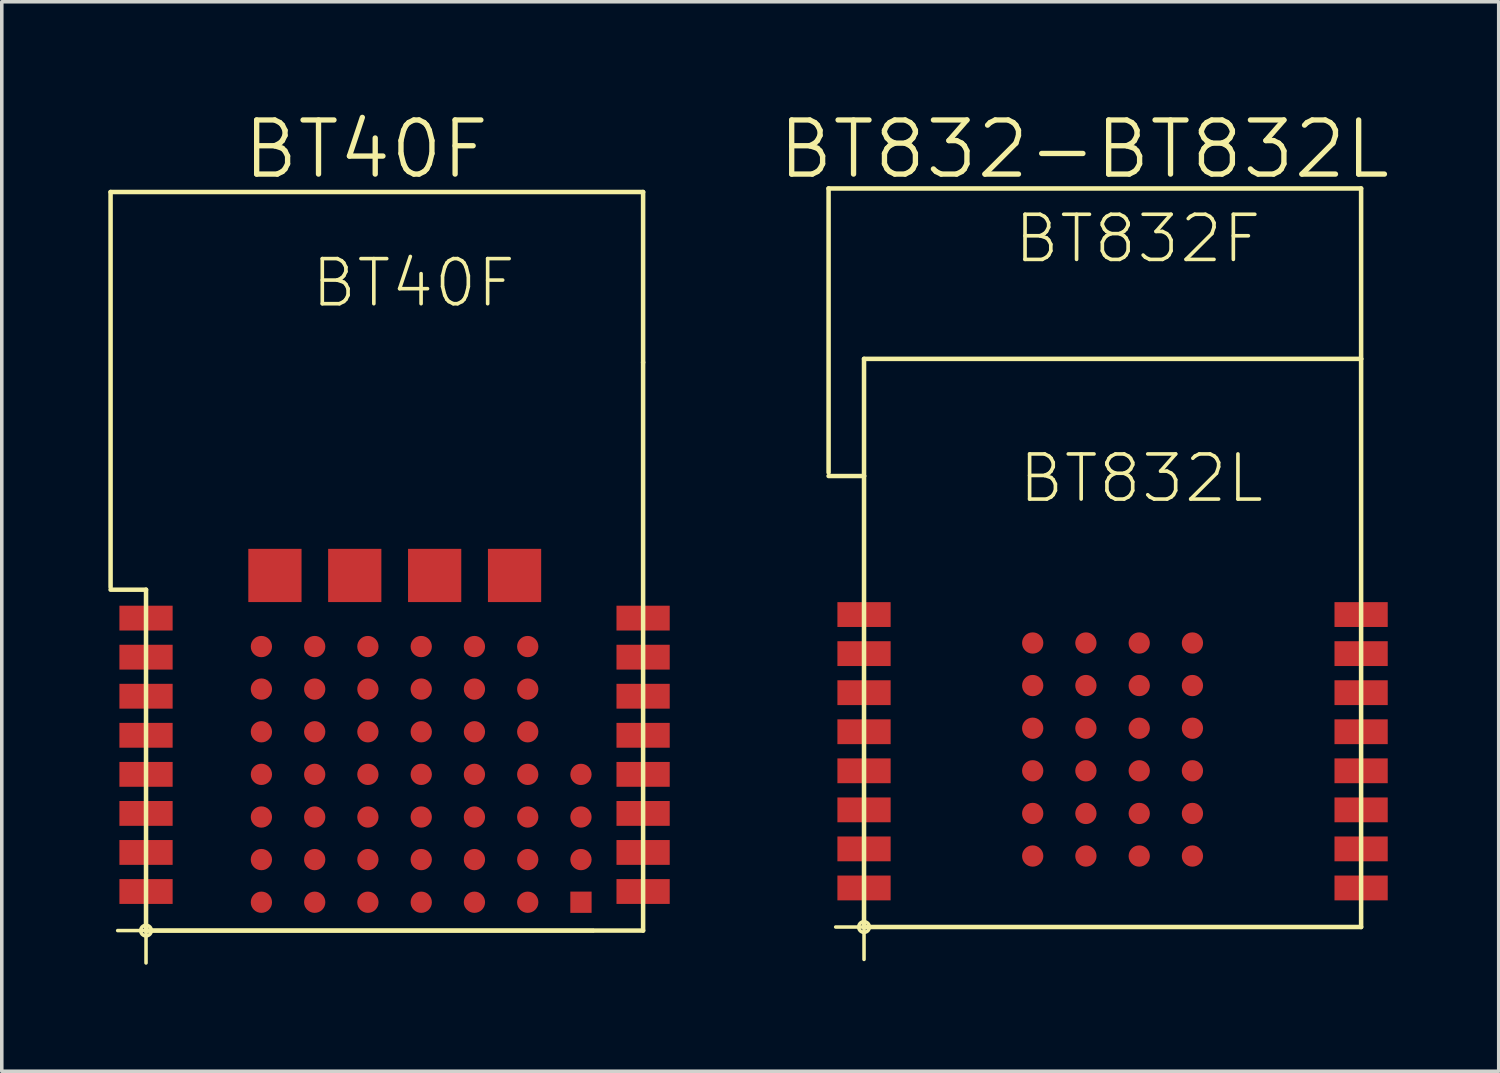
<source format=kicad_pcb>
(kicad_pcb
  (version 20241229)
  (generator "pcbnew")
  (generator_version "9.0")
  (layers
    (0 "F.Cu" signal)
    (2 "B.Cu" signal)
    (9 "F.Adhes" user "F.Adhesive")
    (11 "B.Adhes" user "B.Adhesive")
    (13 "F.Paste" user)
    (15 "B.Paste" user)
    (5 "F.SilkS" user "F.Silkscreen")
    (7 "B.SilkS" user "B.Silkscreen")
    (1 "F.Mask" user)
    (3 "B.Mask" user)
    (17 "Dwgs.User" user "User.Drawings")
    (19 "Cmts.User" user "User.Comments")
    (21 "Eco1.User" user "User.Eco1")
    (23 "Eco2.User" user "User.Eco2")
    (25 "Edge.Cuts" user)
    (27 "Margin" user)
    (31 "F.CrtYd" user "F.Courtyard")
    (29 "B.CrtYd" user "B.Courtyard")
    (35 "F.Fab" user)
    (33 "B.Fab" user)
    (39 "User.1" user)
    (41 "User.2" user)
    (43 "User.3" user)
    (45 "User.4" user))
  (footprint "BT832-BT832L"
    (layer "F.Cu")
    (at 21.281 23.055)
    (property "Reference" "BT832-BT832L" (at 6.2 -21.9 0) (layer "F.SilkS") (effects (font (size 1.524 1.524) (thickness 0.15))))
    (attr smd)
    (fp_line (start -0.998 -20.798) (end 13.998 -20.798) (stroke (width 0.127) (type solid)) (layer "F.SilkS"))
    (fp_line (start -0.998 -12.799) (end -0.998 -20.798) (stroke (width 0.127) (type solid)) (layer "F.SilkS"))
    (fp_line (start -0.798 0) (end 0 0) (stroke (width 0.1) (type solid)) (layer "F.SilkS"))
    (fp_line (start -0.005 -9.642) (end -0.005 -15.997) (stroke (width 0.1) (type solid)) (layer "F.SilkS"))
    (fp_line (start -0.005 -0.003) (end -0.005 -0.521) (stroke (width 0.1) (type solid)) (layer "F.SilkS"))
    (fp_line (start 0 -15.999) (end 13.998 -15.999) (stroke (width 0.127) (type solid)) (layer "F.SilkS"))
    (fp_line (start 0 -12.7) (end -0.998 -12.7) (stroke (width 0.127) (type solid)) (layer "F.SilkS"))
    (fp_line (start 0 -12.7) (end 0 -15.999) (stroke (width 0.127) (type solid)) (layer "F.SilkS"))
    (fp_line (start 0 -0.254) (end 0 -0.15) (stroke (width 0.1) (type solid)) (layer "F.SilkS"))
    (fp_line (start 0 -0.15) (end 0 0) (stroke (width 0.1) (type solid)) (layer "F.SilkS"))
    (fp_line (start 0 0) (end 0 -12.7) (stroke (width 0.127) (type solid)) (layer "F.SilkS"))
    (fp_line (start 0 0) (end 0 0) (stroke (width 0.1) (type solid)) (layer "F.SilkS"))
    (fp_line (start 0 0) (end 12.598 0) (stroke (width 0.1) (type solid)) (layer "F.SilkS"))
    (fp_line (start 0 0.15) (end 0 0) (stroke (width 0.1) (type solid)) (layer "F.SilkS"))
    (fp_line (start 0 0.912) (end 0 0.15) (stroke (width 0.1) (type solid)) (layer "F.SilkS"))
    (fp_line (start 12.598 0) (end 0 0) (stroke (width 0.1) (type solid)) (layer "F.SilkS"))
    (fp_line (start 12.598 0) (end 12.598 0) (stroke (width 0.1) (type solid)) (layer "F.SilkS"))
    (fp_line (start 13.995 -15.997) (end 13.995 -9.723) (stroke (width 0.1) (type solid)) (layer "F.SilkS"))
    (fp_line (start 13.995 0) (end -0.003 0) (stroke (width 0.1) (type solid)) (layer "F.SilkS"))
    (fp_line (start 13.998 -20.798) (end 13.998 -15.999) (stroke (width 0.127) (type solid)) (layer "F.SilkS"))
    (fp_line (start 13.998 -15.999) (end 13.998 0) (stroke (width 0.127) (type solid)) (layer "F.SilkS"))
    (fp_line (start 13.998 0) (end 0 0) (stroke (width 0.127) (type solid)) (layer "F.SilkS"))
    (fp_line (start 14 -15.999) (end 13.998 -15.999) (stroke (width 0.1) (type solid)) (layer "F.SilkS"))
    (fp_line (start 14 -0.589) (end 14 -0.008) (stroke (width 0.1) (type solid)) (layer "F.SilkS"))
    (fp_arc (start 0 -0.14986) (mid 0.14986 0) (end 0 0.14986) (stroke (width 0.1) (type solid)) (layer "F.SilkS"))
    (fp_arc (start 0 0.14986) (mid -0.14986 0) (end 0 -0.14986) (stroke (width 0.1) (type solid)) (layer "F.SilkS"))
    (fp_text user "BT832F" (at 7.709 -19.383 0) (layer "F.SilkS") (effects (font (size 1.27 1.27) (thickness 0.102))))
    (fp_text user "BT832L" (at 7.808 -12.634 0) (layer "F.SilkS") (effects (font (size 1.27 1.27) (thickness 0.102))))
    (pad "P$1" smd rect (at 0 -8.799 180) (size 1.499 0.699) (layers "F.Cu" "F.Mask" "F.Paste"))
    (pad "P$2" smd rect (at 0 -7.699) (size 1.499 0.699) (layers "F.Cu" "F.Mask" "F.Paste"))
    (pad "P$3" smd rect (at 0 -6.599) (size 1.499 0.699) (layers "F.Cu" "F.Mask" "F.Paste"))
    (pad "P$4" smd rect (at 0 -5.499) (size 1.499 0.699) (layers "F.Cu" "F.Mask" "F.Paste"))
    (pad "P$5" smd rect (at 0 -4.399) (size 1.499 0.699) (layers "F.Cu" "F.Mask" "F.Paste"))
    (pad "P$6" smd rect (at 0 -3.299) (size 1.499 0.699) (layers "F.Cu" "F.Mask" "F.Paste"))
    (pad "P$7" smd rect (at 0 -2.2) (size 1.499 0.699) (layers "F.Cu" "F.Mask" "F.Paste"))
    (pad "P$8" smd rect (at 0 -1.1) (size 1.499 0.699) (layers "F.Cu" "F.Mask" "F.Paste"))
    (pad "P$9" smd rect (at 13.998 -1.1) (size 1.499 0.699) (layers "F.Cu" "F.Mask" "F.Paste"))
    (pad "P$10" smd rect (at 13.998 -2.2) (size 1.499 0.699) (layers "F.Cu" "F.Mask" "F.Paste"))
    (pad "P$11" smd rect (at 13.998 -3.299) (size 1.499 0.699) (layers "F.Cu" "F.Mask" "F.Paste"))
    (pad "P$12" smd rect (at 13.998 -4.399) (size 1.499 0.699) (layers "F.Cu" "F.Mask" "F.Paste"))
    (pad "P$13" smd rect (at 13.998 -5.499) (size 1.499 0.699) (layers "F.Cu" "F.Mask" "F.Paste"))
    (pad "P$14" smd rect (at 13.998 -6.599) (size 1.499 0.699) (layers "F.Cu" "F.Mask" "F.Paste"))
    (pad "P$15" smd rect (at 13.998 -7.699) (size 1.499 0.699) (layers "F.Cu" "F.Mask" "F.Paste"))
    (pad "P$16" smd rect (at 13.998 -8.799) (size 1.499 0.699) (layers "F.Cu" "F.Mask" "F.Paste"))
    (pad "P$A0" smd circle (at 4.75 -7.998 180) (size 0.599 0.599) (layers "F.Cu" "F.Mask" "F.Paste"))
    (pad "P$A1" smd circle (at 4.75 -6.8 180) (size 0.599 0.599) (layers "F.Cu" "F.Mask" "F.Paste"))
    (pad "P$A2" smd circle (at 4.75 -5.598 180) (size 0.599 0.599) (layers "F.Cu" "F.Mask" "F.Paste"))
    (pad "P$A3" smd circle (at 4.75 -4.399 180) (size 0.599 0.599) (layers "F.Cu" "F.Mask" "F.Paste"))
    (pad "P$A4" smd circle (at 4.75 -3.198 180) (size 0.599 0.599) (layers "F.Cu" "F.Mask" "F.Paste"))
    (pad "P$A5" smd circle (at 4.75 -1.999) (size 0.599 0.599) (layers "F.Cu" "F.Mask" "F.Paste"))
    (pad "P$B0" smd circle (at 6.248 -7.998 180) (size 0.599 0.599) (layers "F.Cu" "F.Mask" "F.Paste"))
    (pad "P$B1" smd circle (at 6.248 -6.8 180) (size 0.599 0.599) (layers "F.Cu" "F.Mask" "F.Paste"))
    (pad "P$B2" smd circle (at 6.248 -5.598 180) (size 0.599 0.599) (layers "F.Cu" "F.Mask" "F.Paste"))
    (pad "P$B3" smd circle (at 6.248 -4.399 180) (size 0.599 0.599) (layers "F.Cu" "F.Mask" "F.Paste"))
    (pad "P$B4" smd circle (at 6.248 -3.198 180) (size 0.599 0.599) (layers "F.Cu" "F.Mask" "F.Paste"))
    (pad "P$B5" smd circle (at 6.248 -1.999 180) (size 0.599 0.599) (layers "F.Cu" "F.Mask" "F.Paste"))
    (pad "P$C0" smd circle (at 7.75 -7.998 180) (size 0.599 0.599) (layers "F.Cu" "F.Mask" "F.Paste"))
    (pad "P$C1" smd circle (at 7.75 -6.8 180) (size 0.599 0.599) (layers "F.Cu" "F.Mask" "F.Paste"))
    (pad "P$C2" smd circle (at 7.75 -5.598 180) (size 0.599 0.599) (layers "F.Cu" "F.Mask" "F.Paste"))
    (pad "P$C3" smd circle (at 7.75 -4.399 180) (size 0.599 0.599) (layers "F.Cu" "F.Mask" "F.Paste"))
    (pad "P$C4" smd circle (at 7.75 -3.198 180) (size 0.599 0.599) (layers "F.Cu" "F.Mask" "F.Paste"))
    (pad "P$C5" smd circle (at 7.75 -1.999 180) (size 0.599 0.599) (layers "F.Cu" "F.Mask" "F.Paste"))
    (pad "P$D0" smd circle (at 9.248 -7.998 180) (size 0.599 0.599) (layers "F.Cu" "F.Mask" "F.Paste"))
    (pad "P$D1" smd circle (at 9.248 -6.8 180) (size 0.599 0.599) (layers "F.Cu" "F.Mask" "F.Paste"))
    (pad "P$D2" smd circle (at 9.248 -5.598 180) (size 0.599 0.599) (layers "F.Cu" "F.Mask" "F.Paste"))
    (pad "P$D3" smd circle (at 9.248 -4.399 180) (size 0.599 0.599) (layers "F.Cu" "F.Mask" "F.Paste"))
    (pad "P$D4" smd circle (at 9.248 -3.198 180) (size 0.599 0.599) (layers "F.Cu" "F.Mask" "F.Paste"))
    (pad "P$D5" smd circle (at 9.248 -1.999 180) (size 0.599 0.599) (layers "F.Cu" "F.Mask" "F.Paste")))
  (footprint "BT40F"
    (layer "F.Cu")
    (at 1.062 23.155)
    (property "Reference" "BT40F" (at 6.2 -22 0) (layer "F.SilkS") (effects (font (size 1.524 1.524) (thickness 0.15))))
    (attr smd)
    (fp_line (start -0.998 -20.798) (end 13.998 -20.798) (stroke (width 0.127) (type solid)) (layer "F.SilkS"))
    (fp_line (start -0.998 -9.67) (end -0.998 -20.798) (stroke (width 0.127) (type solid)) (layer "F.SilkS"))
    (fp_line (start -0.798 0) (end 0 0) (stroke (width 0.1) (type solid)) (layer "F.SilkS"))
    (fp_line (start -0.005 -0.003) (end -0.005 -0.521) (stroke (width 0.1) (type solid)) (layer "F.SilkS"))
    (fp_line (start 0 -9.599) (end -0.998 -9.599) (stroke (width 0.127) (type solid)) (layer "F.SilkS"))
    (fp_line (start 0 -0.254) (end 0 -0.15) (stroke (width 0.1) (type solid)) (layer "F.SilkS"))
    (fp_line (start 0 -0.15) (end 0 0) (stroke (width 0.1) (type solid)) (layer "F.SilkS"))
    (fp_line (start 0 0) (end 0 -9.599) (stroke (width 0.127) (type solid)) (layer "F.SilkS"))
    (fp_line (start 0 0) (end 0 0) (stroke (width 0.1) (type solid)) (layer "F.SilkS"))
    (fp_line (start 0 0) (end 12.598 0) (stroke (width 0.1) (type solid)) (layer "F.SilkS"))
    (fp_line (start 0 0.15) (end 0 0) (stroke (width 0.1) (type solid)) (layer "F.SilkS"))
    (fp_line (start 0 0.912) (end 0 0.15) (stroke (width 0.1) (type solid)) (layer "F.SilkS"))
    (fp_line (start 12.598 0) (end 0 0) (stroke (width 0.1) (type solid)) (layer "F.SilkS"))
    (fp_line (start 12.598 0) (end 12.598 0) (stroke (width 0.1) (type solid)) (layer "F.SilkS"))
    (fp_line (start 13.995 -15.997) (end 13.995 -9.723) (stroke (width 0.1) (type solid)) (layer "F.SilkS"))
    (fp_line (start 13.998 -20.798) (end 13.998 -15.999) (stroke (width 0.127) (type solid)) (layer "F.SilkS"))
    (fp_line (start 13.998 -15.999) (end 13.998 0) (stroke (width 0.127) (type solid)) (layer "F.SilkS"))
    (fp_line (start 13.998 0) (end 0 0) (stroke (width 0.127) (type solid)) (layer "F.SilkS"))
    (fp_line (start 14 -15.999) (end 13.998 -15.999) (stroke (width 0.1) (type solid)) (layer "F.SilkS"))
    (fp_line (start 14 -0.589) (end 14 -0.008) (stroke (width 0.1) (type solid)) (layer "F.SilkS"))
    (fp_arc (start 0 -0.14986) (mid 0.14986 0) (end 0 0.14986) (stroke (width 0.1) (type solid)) (layer "F.SilkS"))
    (fp_arc (start 0 0.14986) (mid -0.14986 0) (end 0 -0.14986) (stroke (width 0.1) (type solid)) (layer "F.SilkS"))
    (fp_text user "BT40F" (at 7.534 -18.235 0) (layer "F.SilkS") (effects (font (size 1.27 1.27) (thickness 0.102))))
    (pad "P$1" smd rect (at 0 -8.799 180) (size 1.499 0.699) (layers "F.Cu" "F.Mask" "F.Paste"))
    (pad "P$2" smd rect (at 0 -7.699) (size 1.499 0.699) (layers "F.Cu" "F.Mask" "F.Paste"))
    (pad "P$3" smd rect (at 0 -6.599) (size 1.499 0.699) (layers "F.Cu" "F.Mask" "F.Paste"))
    (pad "P$4" smd rect (at 0 -5.499) (size 1.499 0.699) (layers "F.Cu" "F.Mask" "F.Paste"))
    (pad "P$5" smd rect (at 0 -4.399) (size 1.499 0.699) (layers "F.Cu" "F.Mask" "F.Paste"))
    (pad "P$6" smd rect (at 0 -3.299) (size 1.499 0.699) (layers "F.Cu" "F.Mask" "F.Paste"))
    (pad "P$7" smd rect (at 0 -2.2) (size 1.499 0.699) (layers "F.Cu" "F.Mask" "F.Paste"))
    (pad "P$8" smd rect (at 0 -1.1) (size 1.499 0.699) (layers "F.Cu" "F.Mask" "F.Paste"))
    (pad "P$9" smd rect (at 13.998 -1.1) (size 1.499 0.699) (layers "F.Cu" "F.Mask" "F.Paste"))
    (pad "P$10" smd rect (at 13.998 -2.2) (size 1.499 0.699) (layers "F.Cu" "F.Mask" "F.Paste"))
    (pad "P$11" smd rect (at 13.998 -3.299) (size 1.499 0.699) (layers "F.Cu" "F.Mask" "F.Paste"))
    (pad "P$12" smd rect (at 13.998 -4.399) (size 1.499 0.699) (layers "F.Cu" "F.Mask" "F.Paste"))
    (pad "P$13" smd rect (at 13.998 -5.499) (size 1.499 0.699) (layers "F.Cu" "F.Mask" "F.Paste"))
    (pad "P$14" smd rect (at 13.998 -6.599) (size 1.499 0.699) (layers "F.Cu" "F.Mask" "F.Paste"))
    (pad "P$15" smd rect (at 13.998 -7.699) (size 1.499 0.699) (layers "F.Cu" "F.Mask" "F.Paste"))
    (pad "P$16" smd rect (at 13.998 -8.799) (size 1.499 0.699) (layers "F.Cu" "F.Mask" "F.Paste"))
    (pad "P$A0" smd circle (at 4.75 -7.998 180) (size 0.599 0.599) (layers "F.Cu" "F.Mask" "F.Paste"))
    (pad "P$A1" smd circle (at 4.75 -6.8 180) (size 0.599 0.599) (layers "F.Cu" "F.Mask" "F.Paste"))
    (pad "P$A2" smd circle (at 4.75 -5.598 180) (size 0.599 0.599) (layers "F.Cu" "F.Mask" "F.Paste"))
    (pad "P$A3" smd circle (at 4.75 -4.399 180) (size 0.599 0.599) (layers "F.Cu" "F.Mask" "F.Paste"))
    (pad "P$A4" smd circle (at 4.75 -3.198 180) (size 0.599 0.599) (layers "F.Cu" "F.Mask" "F.Paste"))
    (pad "P$A5" smd circle (at 4.75 -1.999) (size 0.599 0.599) (layers "F.Cu" "F.Mask" "F.Paste"))
    (pad "P$A6" smd circle (at 4.75 -0.798) (size 0.599 0.599) (layers "F.Cu" "F.Mask" "F.Paste"))
    (pad "P$B0" smd circle (at 6.248 -7.998 180) (size 0.599 0.599) (layers "F.Cu" "F.Mask" "F.Paste"))
    (pad "P$B1" smd circle (at 6.248 -6.8 180) (size 0.599 0.599) (layers "F.Cu" "F.Mask" "F.Paste"))
    (pad "P$B2" smd circle (at 6.248 -5.598 180) (size 0.599 0.599) (layers "F.Cu" "F.Mask" "F.Paste"))
    (pad "P$B3" smd circle (at 6.248 -4.399 180) (size 0.599 0.599) (layers "F.Cu" "F.Mask" "F.Paste"))
    (pad "P$B4" smd circle (at 6.248 -3.198 180) (size 0.599 0.599) (layers "F.Cu" "F.Mask" "F.Paste"))
    (pad "P$B5" smd circle (at 6.248 -1.999 180) (size 0.599 0.599) (layers "F.Cu" "F.Mask" "F.Paste"))
    (pad "P$B6" smd circle (at 6.248 -0.798 180) (size 0.599 0.599) (layers "F.Cu" "F.Mask" "F.Paste"))
    (pad "P$C0" smd circle (at 7.75 -7.998 180) (size 0.599 0.599) (layers "F.Cu" "F.Mask" "F.Paste"))
    (pad "P$C1" smd circle (at 7.75 -6.8 180) (size 0.599 0.599) (layers "F.Cu" "F.Mask" "F.Paste"))
    (pad "P$C2" smd circle (at 7.75 -5.598 180) (size 0.599 0.599) (layers "F.Cu" "F.Mask" "F.Paste"))
    (pad "P$C3" smd circle (at 7.75 -4.399 180) (size 0.599 0.599) (layers "F.Cu" "F.Mask" "F.Paste"))
    (pad "P$C4" smd circle (at 7.75 -3.198 180) (size 0.599 0.599) (layers "F.Cu" "F.Mask" "F.Paste"))
    (pad "P$C5" smd circle (at 7.75 -1.999 180) (size 0.599 0.599) (layers "F.Cu" "F.Mask" "F.Paste"))
    (pad "P$C6" smd circle (at 7.75 -0.798 180) (size 0.599 0.599) (layers "F.Cu" "F.Mask" "F.Paste"))
    (pad "P$D0" smd circle (at 9.248 -7.998 180) (size 0.599 0.599) (layers "F.Cu" "F.Mask" "F.Paste"))
    (pad "P$D1" smd circle (at 9.248 -6.8 180) (size 0.599 0.599) (layers "F.Cu" "F.Mask" "F.Paste"))
    (pad "P$D2" smd circle (at 9.248 -5.598 180) (size 0.599 0.599) (layers "F.Cu" "F.Mask" "F.Paste"))
    (pad "P$D3" smd circle (at 9.248 -4.399 180) (size 0.599 0.599) (layers "F.Cu" "F.Mask" "F.Paste"))
    (pad "P$D4" smd circle (at 9.248 -3.198 180) (size 0.599 0.599) (layers "F.Cu" "F.Mask" "F.Paste"))
    (pad "P$D5" smd circle (at 9.248 -1.999 180) (size 0.599 0.599) (layers "F.Cu" "F.Mask" "F.Paste"))
    (pad "P$D6" smd circle (at 9.248 -0.798 180) (size 0.599 0.599) (layers "F.Cu" "F.Mask" "F.Paste"))
    (pad "P$E0" smd circle (at 10.749 -7.998 180) (size 0.599 0.599) (layers "F.Cu" "F.Mask" "F.Paste"))
    (pad "P$E1" smd circle (at 10.749 -6.8 180) (size 0.599 0.599) (layers "F.Cu" "F.Mask" "F.Paste"))
    (pad "P$E2" smd circle (at 10.749 -5.598 180) (size 0.599 0.599) (layers "F.Cu" "F.Mask" "F.Paste"))
    (pad "P$E3" smd circle (at 10.749 -4.399 180) (size 0.599 0.599) (layers "F.Cu" "F.Mask" "F.Paste"))
    (pad "P$E4" smd circle (at 10.749 -3.198 180) (size 0.599 0.599) (layers "F.Cu" "F.Mask" "F.Paste"))
    (pad "P$E5" smd circle (at 10.749 -1.999) (size 0.599 0.599) (layers "F.Cu" "F.Mask" "F.Paste"))
    (pad "P$E6" smd circle (at 10.749 -0.798) (size 0.599 0.599) (layers "F.Cu" "F.Mask" "F.Paste"))
    (pad "P$F3" smd circle (at 12.248 -4.398 180) (size 0.599 0.599) (layers "F.Cu" "F.Mask" "F.Paste"))
    (pad "P$F4" smd circle (at 12.248 -3.198 180) (size 0.599 0.599) (layers "F.Cu" "F.Mask" "F.Paste"))
    (pad "P$F5" smd circle (at 12.248 -1.999) (size 0.599 0.599) (layers "F.Cu" "F.Mask" "F.Paste"))
    (pad "P$F6" smd rect (at 12.248 -0.798) (size 0.599 0.599) (layers "F.Cu" "F.Mask" "F.Paste"))
    (pad "P$H0" smd rect (at 3.63 -10) (size 1.499 1.499) (layers "F.Cu" "F.Mask" "F.Paste"))
    (pad "P$H1" smd rect (at 5.878 -10) (size 1.499 1.499) (layers "F.Cu" "F.Mask" "F.Paste"))
    (pad "P$H2" smd rect (at 8.128 -10) (size 1.499 1.499) (layers "F.Cu" "F.Mask" "F.Paste"))
    (pad "P$H3" smd rect (at 10.378 -10) (size 1.499 1.499) (layers "F.Cu" "F.Mask" "F.Paste"))
    (pad "P$Z0" smd circle (at 3.249 -7.998 180) (size 0.599 0.599) (layers "F.Cu" "F.Mask" "F.Paste"))
    (pad "P$Z1" smd circle (at 3.249 -6.8 180) (size 0.599 0.599) (layers "F.Cu" "F.Mask" "F.Paste"))
    (pad "P$Z2" smd circle (at 3.249 -5.598 180) (size 0.599 0.599) (layers "F.Cu" "F.Mask" "F.Paste"))
    (pad "P$Z3" smd circle (at 3.249 -4.399 180) (size 0.599 0.599) (layers "F.Cu" "F.Mask" "F.Paste"))
    (pad "P$Z4" smd circle (at 3.249 -3.198 180) (size 0.599 0.599) (layers "F.Cu" "F.Mask" "F.Paste"))
    (pad "P$Z5" smd circle (at 3.249 -1.999) (size 0.599 0.599) (layers "F.Cu" "F.Mask" "F.Paste"))
    (pad "P$Z6" smd circle (at 3.249 -0.798) (size 0.599 0.599) (layers "F.Cu" "F.Mask" "F.Paste")))
  (gr_rect
    (start -3 -3)
    (end 39.154 27.117)
    (stroke (width 0.1) (type default))
    (fill no)
    (layer "Edge.Cuts")))
</source>
